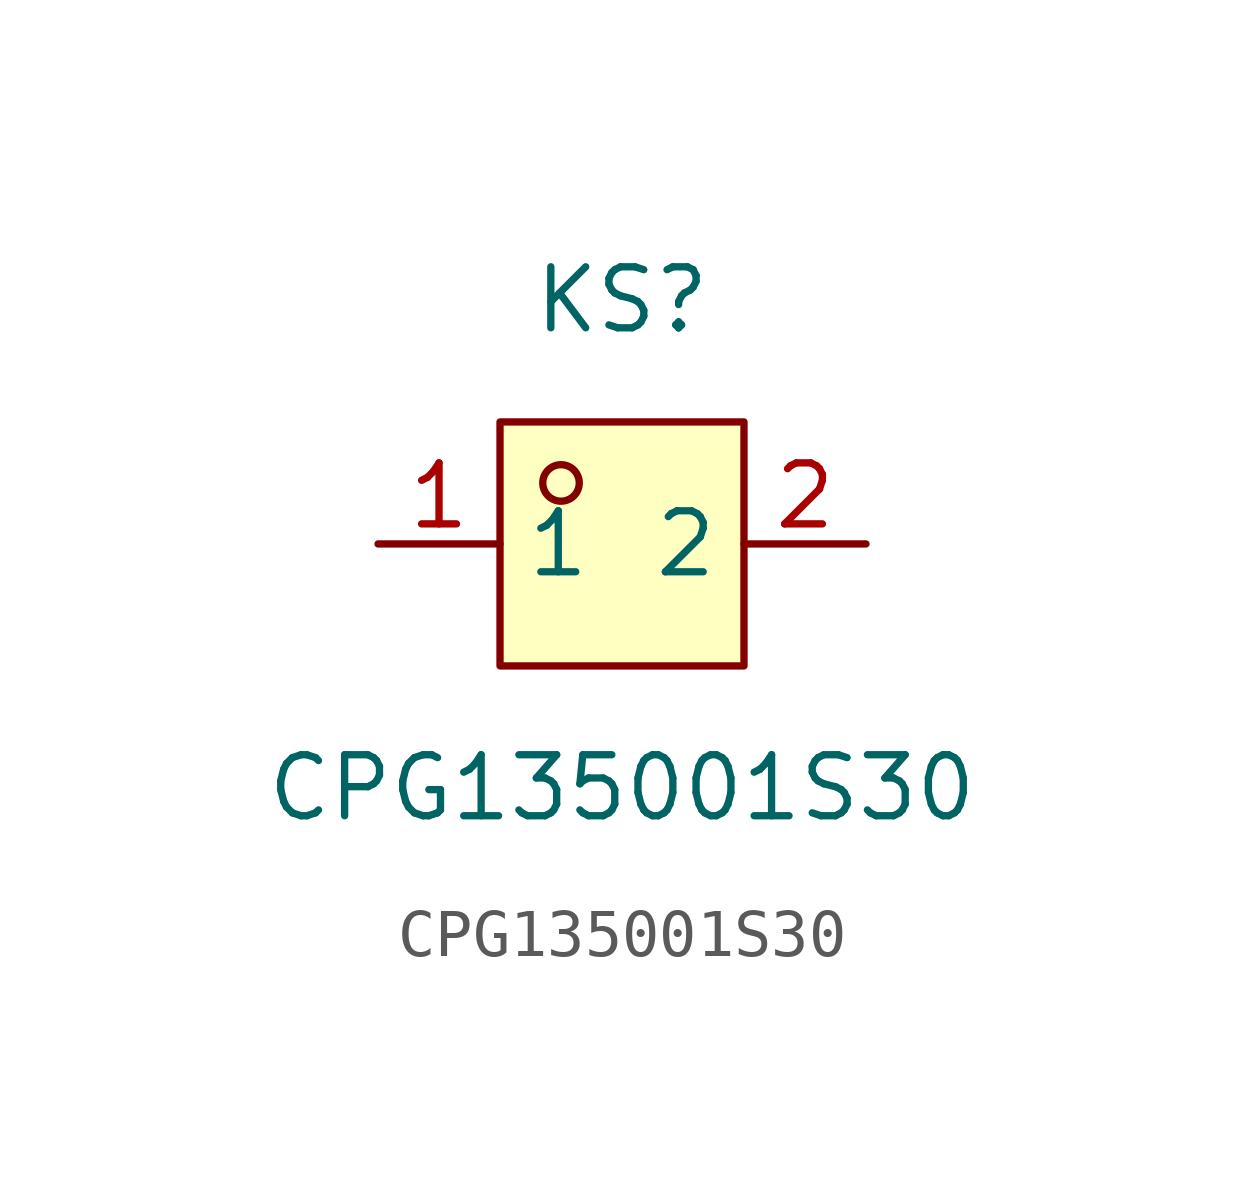
<source format=kicad_sym>
(kicad_symbol_lib
  (version 20241209)
  (generator "kicad_symbol_editor")
  (generator_version "9.0")
  (symbol "CPG135001S30"
    (property "Reference" "KS"
      (at 0 5.08 0)
      (effects (font (size 1.27 1.27))))
    (property "Value" "CPG135001S30"
      (at 0 -5.08 0)
      (effects (font (size 1.27 1.27))))
    (symbol "CPG135001S30_0_1"
      (rectangle (start -2.54 2.54) (end 2.54 -2.54) (stroke (width 0) (type default)) (fill (type background)))
      (circle (center -1.27 1.27) (radius 0.38) (stroke (width 0) (type default)) (fill (type none)))
      (pin unspecified line (at -5.08 0 0) (length 2.54) (name "1" (effects (font (size 1.27 1.27)))) (number "1" (effects (font (size 1.27 1.27)))))
      (pin unspecified line (at 5.08 0 180) (length 2.54) (name "2" (effects (font (size 1.27 1.27)))) (number "2" (effects (font (size 1.27 1.27))))))))
</source>
